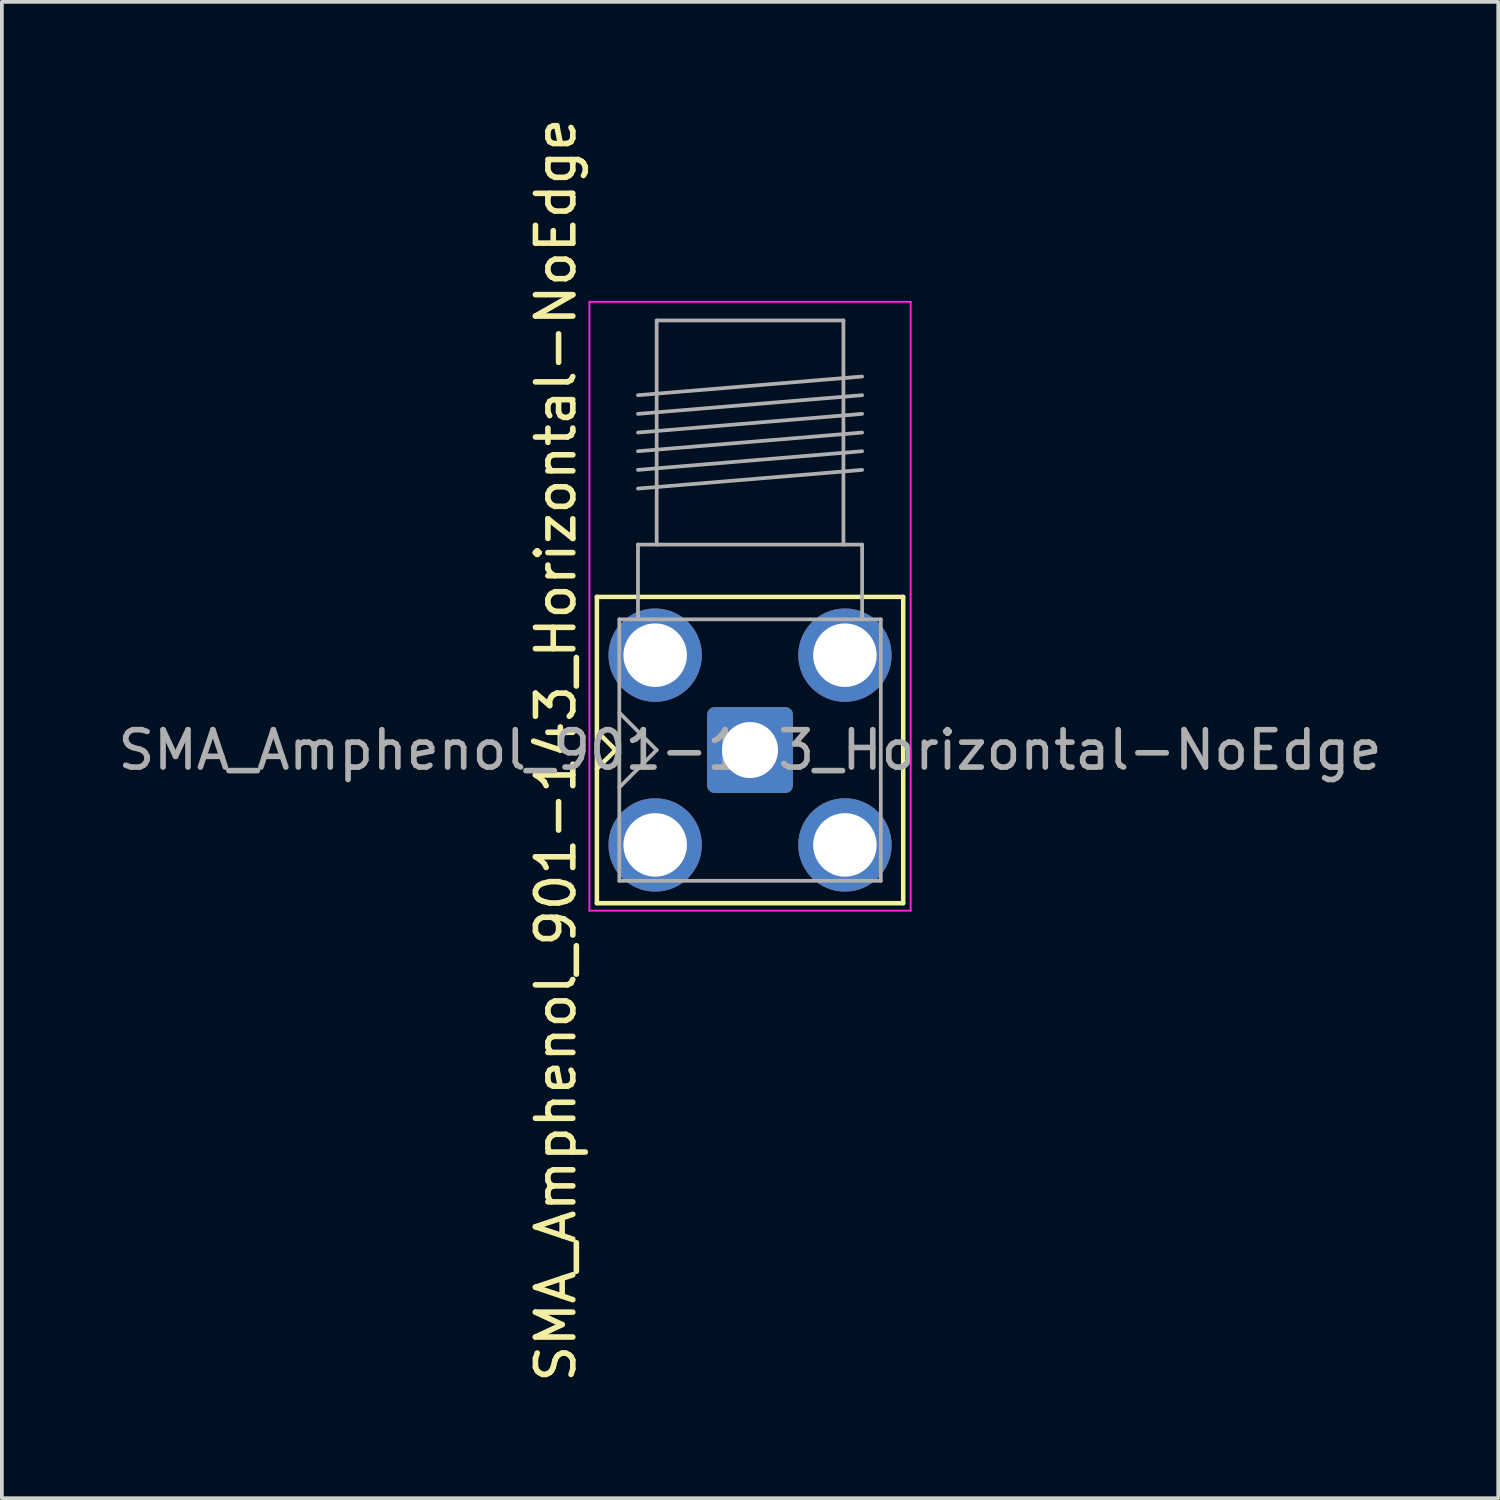
<source format=kicad_pcb>
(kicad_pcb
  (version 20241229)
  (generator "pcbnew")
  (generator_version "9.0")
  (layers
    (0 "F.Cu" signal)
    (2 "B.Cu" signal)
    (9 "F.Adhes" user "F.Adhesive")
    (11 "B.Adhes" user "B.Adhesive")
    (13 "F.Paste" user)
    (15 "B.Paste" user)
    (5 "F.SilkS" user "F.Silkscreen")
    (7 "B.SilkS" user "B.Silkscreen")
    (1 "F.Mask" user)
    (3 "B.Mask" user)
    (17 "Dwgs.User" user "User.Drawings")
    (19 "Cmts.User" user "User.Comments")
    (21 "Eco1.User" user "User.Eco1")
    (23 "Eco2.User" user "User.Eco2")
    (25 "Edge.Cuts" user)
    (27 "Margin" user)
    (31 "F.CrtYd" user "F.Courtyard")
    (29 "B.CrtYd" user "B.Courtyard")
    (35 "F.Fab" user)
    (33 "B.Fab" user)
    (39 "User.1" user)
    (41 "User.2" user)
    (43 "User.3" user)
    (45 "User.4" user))
  (footprint "SMA_Amphenol_901-143_Horizontal-NoEdge"
    (layer "F.Cu")
    (at 17.03 17.03)
    (property "Reference" "SMA_Amphenol_901-143_Horizontal-NoEdge" (at -5.2 0 90) (layer "F.SilkS") (effects (font (size 1 1) (thickness 0.15))))
    (attr through_hole)
    (fp_line (start -4.1 -4.1) (end -4.1 4.1) (stroke (width 0.12) (type solid)) (layer "F.SilkS"))
    (fp_line (start -4.1 -4.1) (end 4.1 -4.1) (stroke (width 0.12) (type solid)) (layer "F.SilkS"))
    (fp_line (start -4.1 0.5) (end -3.6 0) (stroke (width 0.12) (type solid)) (layer "F.SilkS"))
    (fp_line (start -4.1 4.1) (end 4.1 4.1) (stroke (width 0.12) (type solid)) (layer "F.SilkS"))
    (fp_line (start -3.6 0) (end -4.1 -0.5) (stroke (width 0.12) (type solid)) (layer "F.SilkS"))
    (fp_line (start 4.1 -4.1) (end 4.1 4.1) (stroke (width 0.12) (type solid)) (layer "F.SilkS"))
    (fp_line (start -4.3 -12) (end -4.3 4.3) (stroke (width 0.05) (type solid)) (layer "F.CrtYd"))
    (fp_line (start -4.3 -12) (end 4.3 -12) (stroke (width 0.05) (type solid)) (layer "F.CrtYd"))
    (fp_line (start 4.3 4.3) (end -4.3 4.3) (stroke (width 0.05) (type solid)) (layer "F.CrtYd"))
    (fp_line (start 4.3 4.3) (end 4.3 -12) (stroke (width 0.05) (type solid)) (layer "F.CrtYd"))
    (fp_line (start -3.5 -3.5) (end -3.5 3.5) (stroke (width 0.1) (type solid)) (layer "F.Fab"))
    (fp_line (start -3.5 -3.5) (end 3.5 -3.5) (stroke (width 0.1) (type solid)) (layer "F.Fab"))
    (fp_line (start -3.5 -1) (end -2.5 0) (stroke (width 0.1) (type solid)) (layer "F.Fab"))
    (fp_line (start -3.5 3.5) (end 3.5 3.5) (stroke (width 0.1) (type solid)) (layer "F.Fab"))
    (fp_line (start -3 -9.5) (end 3 -10) (stroke (width 0.1) (type solid)) (layer "F.Fab"))
    (fp_line (start -3 -9) (end 3 -9.5) (stroke (width 0.1) (type solid)) (layer "F.Fab"))
    (fp_line (start -3 -8.5) (end 3 -9) (stroke (width 0.1) (type solid)) (layer "F.Fab"))
    (fp_line (start -3 -8) (end 3 -8.5) (stroke (width 0.1) (type solid)) (layer "F.Fab"))
    (fp_line (start -3 -7.5) (end 3 -8) (stroke (width 0.1) (type solid)) (layer "F.Fab"))
    (fp_line (start -3 -7) (end 3 -7.5) (stroke (width 0.1) (type solid)) (layer "F.Fab"))
    (fp_line (start -3 -5.5) (end -3 -3.5) (stroke (width 0.1) (type solid)) (layer "F.Fab"))
    (fp_line (start -2.5 -11.5) (end -2.5 -5.5) (stroke (width 0.1) (type solid)) (layer "F.Fab"))
    (fp_line (start -2.5 -11.5) (end 2.5 -11.5) (stroke (width 0.1) (type solid)) (layer "F.Fab"))
    (fp_line (start -2.5 0) (end -3.5 1) (stroke (width 0.1) (type solid)) (layer "F.Fab"))
    (fp_line (start 2.5 -11.5) (end 2.5 -5.5) (stroke (width 0.1) (type solid)) (layer "F.Fab"))
    (fp_line (start 3 -5.5) (end -3 -5.5) (stroke (width 0.1) (type solid)) (layer "F.Fab"))
    (fp_line (start 3 -5.5) (end 3 -3.5) (stroke (width 0.1) (type solid)) (layer "F.Fab"))
    (fp_line (start 3.5 -3.5) (end 3.5 3.5) (stroke (width 0.1) (type solid)) (layer "F.Fab"))
    (fp_text user "${REFERENCE}" (at 0 0 0) (layer "F.Fab") (effects (font (size 1 1) (thickness 0.15))))
    (pad "1" thru_hole roundrect (at 0 0) (size 2.3 2.3) (drill 1.5) (layers "*.Cu" "*.Mask") (remove_unused_layers yes) (keep_end_layers yes) (zone_layer_connections) (roundrect_rratio 0.087))
    (pad "2" thru_hole circle (at -2.54 -2.54) (size 2.5 2.5) (drill 1.7) (layers "*.Cu" "*.Mask") (remove_unused_layers yes) (keep_end_layers yes) (zone_layer_connections))
    (pad "2" thru_hole circle (at -2.54 2.54) (size 2.5 2.5) (drill 1.7) (layers "*.Cu" "*.Mask") (remove_unused_layers yes) (keep_end_layers yes) (zone_layer_connections))
    (pad "2" thru_hole circle (at 2.54 -2.54) (size 2.5 2.5) (drill 1.7) (layers "*.Cu" "*.Mask") (remove_unused_layers yes) (keep_end_layers yes) (zone_layer_connections))
    (pad "2" thru_hole circle (at 2.54 2.54) (size 2.5 2.5) (drill 1.7) (layers "*.Cu" "*.Mask") (remove_unused_layers yes) (keep_end_layers yes) (zone_layer_connections)))
  (gr_rect
    (start -3 -3)
    (end 37.06 37.06)
    (stroke (width 0.1) (type default))
    (fill no)
    (layer "Edge.Cuts")))
</source>
